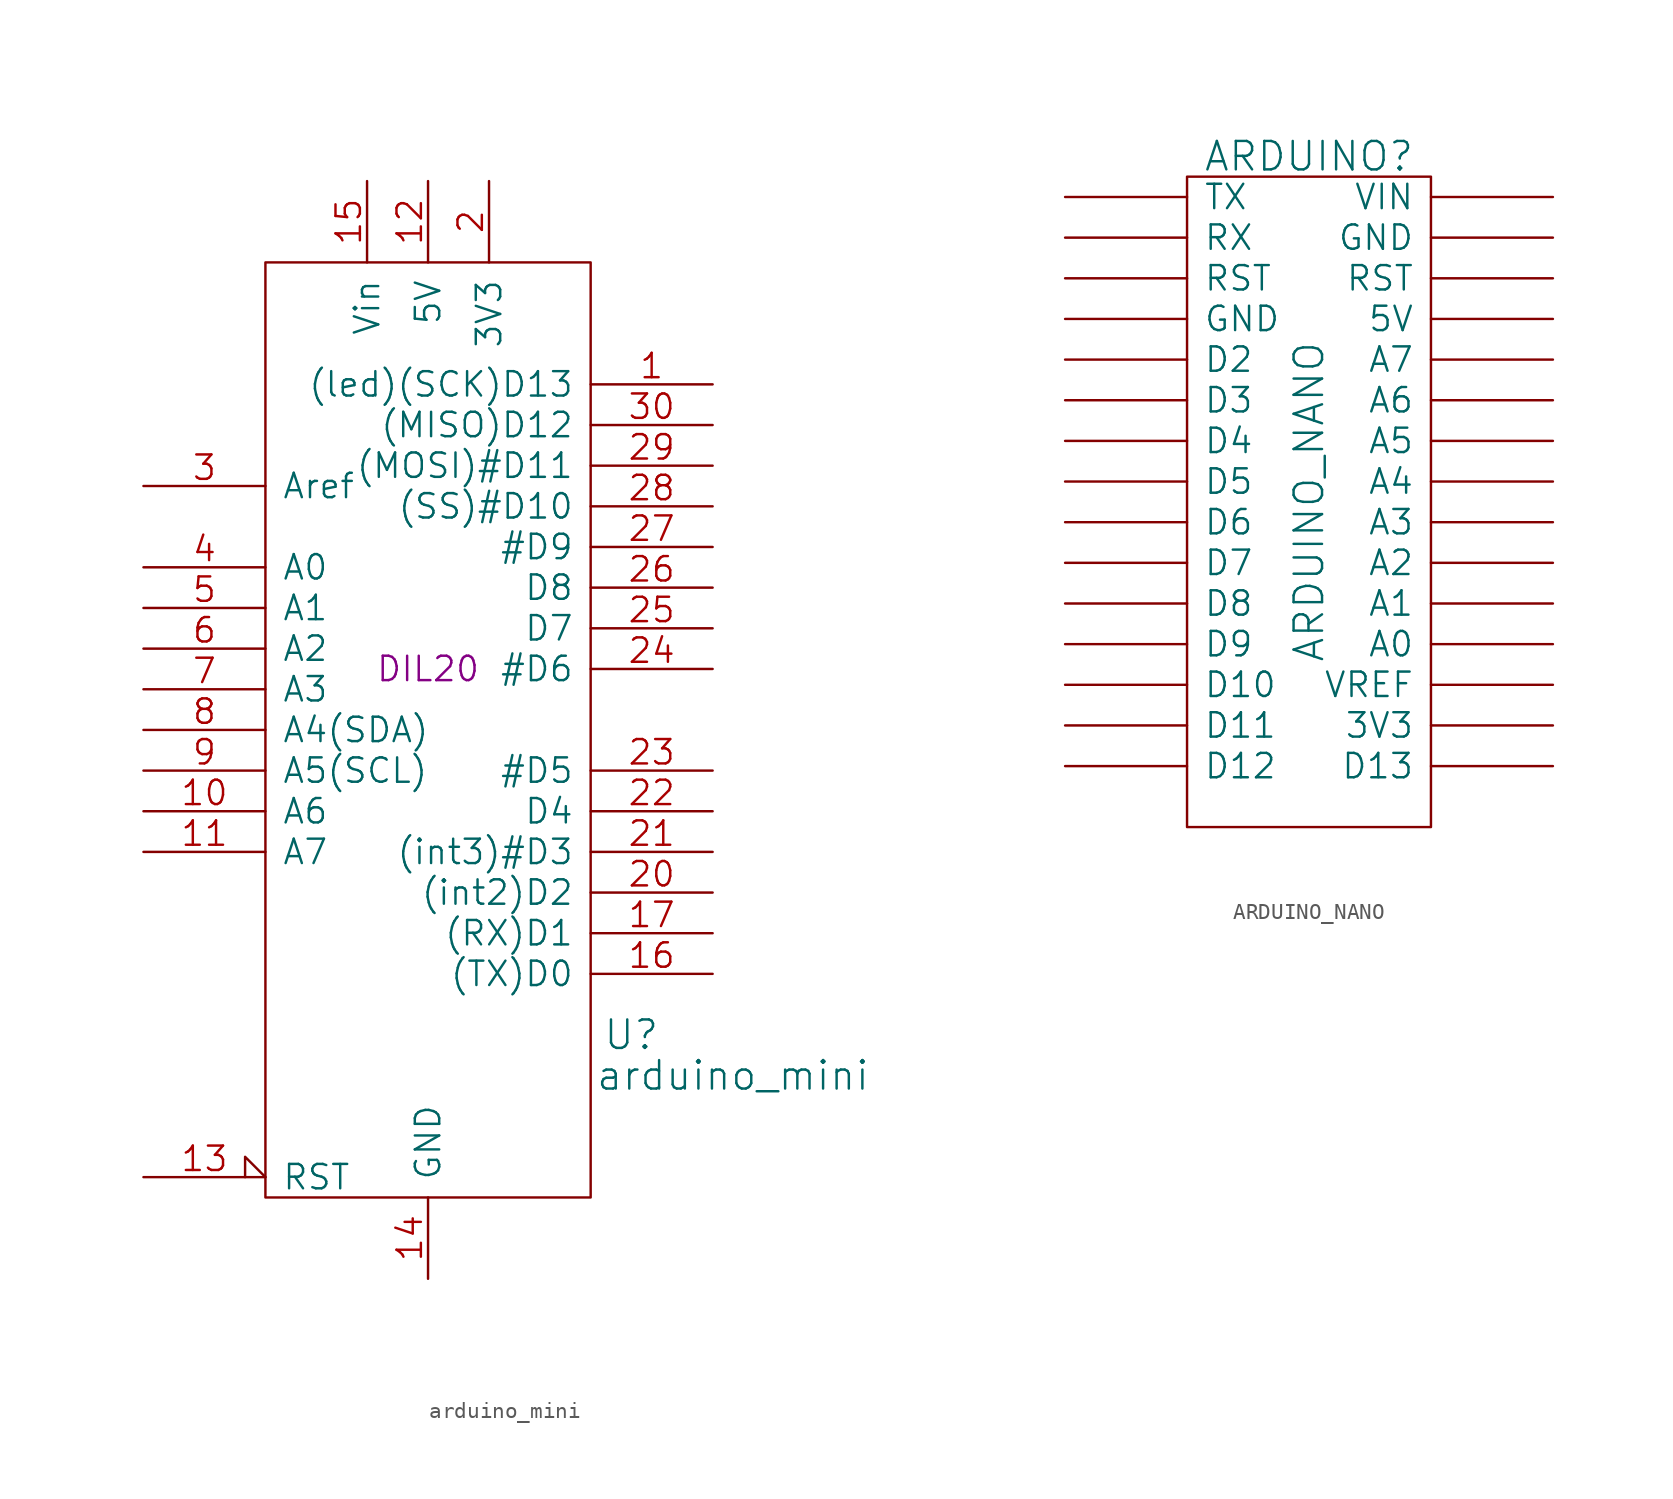
<source format=kicad_sym>
(kicad_symbol_lib
  (version 20211014)
  (generator kicad_symbol_editor)
  (symbol "arduino_mini"
    (pin_names
      (offset 1.016))
    (property "Reference" "U"
      (at 12.7 -24.13 0)
      (effects (font (size 1.778 1.778))))
    (property "Value" "arduino_mini"
      (at 19.05 -26.67 0)
      (effects (font (size 1.778 1.778))))
    (property "Footprint" "DIL20"
      (at 0 -1.27 0)
      (effects (font (size 1.524 1.524))))
    (symbol "arduino_mini_0_0"
      (pin power_in line (at 0 -39.37 90) (length 5.08) (name "GND" (effects (font (size 1.524 1.524)))) (number "14" (effects (font (size 1.524 1.524)))))
      (pin power_in line (at -3.81 29.21 270) (length 5.08) (name "Vin" (effects (font (size 1.524 1.524)))) (number "15" (effects (font (size 1.524 1.524))))))
    (symbol "arduino_mini_0_1"
      (rectangle (start -10.16 24.13) (end 10.16 -34.29) (stroke (width 0) (type default) (color 0 0 0 0)) (fill (type none))))
    (symbol "arduino_mini_1_1"
      (pin input line (at 17.78 16.51 180) (length 7.62) (name "(led)(SCK)D13" (effects (font (size 1.524 1.524)))) (number "1" (effects (font (size 1.524 1.524)))))
      (pin bidirectional line (at -17.78 -10.16 0) (length 7.62) (name "A6" (effects (font (size 1.524 1.524)))) (number "10" (effects (font (size 1.524 1.524)))))
      (pin bidirectional line (at -17.78 -12.7 0) (length 7.62) (name "A7" (effects (font (size 1.524 1.524)))) (number "11" (effects (font (size 1.524 1.524)))))
      (pin power_out line (at 0 29.21 270) (length 5.08) (name "5V" (effects (font (size 1.524 1.524)))) (number "12" (effects (font (size 1.524 1.524)))))
      (pin input input_low (at -17.78 -33.02 0) (length 7.62) (name "RST" (effects (font (size 1.524 1.524)))) (number "13" (effects (font (size 1.524 1.524)))))
      (pin bidirectional line (at 17.78 -20.32 180) (length 7.62) (name "(TX)D0" (effects (font (size 1.524 1.524)))) (number "16" (effects (font (size 1.524 1.524)))))
      (pin bidirectional line (at 17.78 -17.78 180) (length 7.62) (name "(RX)D1" (effects (font (size 1.524 1.524)))) (number "17" (effects (font (size 1.524 1.524)))))
      (pin input input_low (at -17.78 -30.48 0) (length 7.62) hide (name "RST" (effects (font (size 1.524 1.524)))) (number "18" (effects (font (size 1.524 1.524)))))
      (pin power_in line (at 2.54 -39.37 90) (length 5.08) hide (name "GND" (effects (font (size 1.524 1.524)))) (number "19" (effects (font (size 1.524 1.524)))))
      (pin power_out line (at 3.81 29.21 270) (length 5.08) (name "3V3" (effects (font (size 1.524 1.524)))) (number "2" (effects (font (size 1.524 1.524)))))
      (pin bidirectional line (at 17.78 -15.24 180) (length 7.62) (name "(int2)D2" (effects (font (size 1.524 1.524)))) (number "20" (effects (font (size 1.524 1.524)))))
      (pin bidirectional line (at 17.78 -12.7 180) (length 7.62) (name "(int3)#D3" (effects (font (size 1.524 1.524)))) (number "21" (effects (font (size 1.524 1.524)))))
      (pin bidirectional line (at 17.78 -10.16 180) (length 7.62) (name "D4" (effects (font (size 1.524 1.524)))) (number "22" (effects (font (size 1.524 1.524)))))
      (pin bidirectional line (at 17.78 -7.62 180) (length 7.62) (name "#D5" (effects (font (size 1.524 1.524)))) (number "23" (effects (font (size 1.524 1.524)))))
      (pin bidirectional line (at 17.78 -1.27 180) (length 7.62) (name "#D6" (effects (font (size 1.524 1.524)))) (number "24" (effects (font (size 1.524 1.524)))))
      (pin bidirectional line (at 17.78 1.27 180) (length 7.62) (name "D7" (effects (font (size 1.524 1.524)))) (number "25" (effects (font (size 1.524 1.524)))))
      (pin bidirectional line (at 17.78 3.81 180) (length 7.62) (name "D8" (effects (font (size 1.524 1.524)))) (number "26" (effects (font (size 1.524 1.524)))))
      (pin bidirectional line (at 17.78 6.35 180) (length 7.62) (name "#D9" (effects (font (size 1.524 1.524)))) (number "27" (effects (font (size 1.524 1.524)))))
      (pin bidirectional line (at 17.78 8.89 180) (length 7.62) (name "(SS)#D10" (effects (font (size 1.524 1.524)))) (number "28" (effects (font (size 1.524 1.524)))))
      (pin bidirectional line (at 17.78 11.43 180) (length 7.62) (name "(MOSI)#D11" (effects (font (size 1.524 1.524)))) (number "29" (effects (font (size 1.524 1.524)))))
      (pin input line (at -17.78 10.16 0) (length 7.62) (name "Aref" (effects (font (size 1.524 1.524)))) (number "3" (effects (font (size 1.524 1.524)))))
      (pin bidirectional line (at 17.78 13.97 180) (length 7.62) (name "(MISO)D12" (effects (font (size 1.524 1.524)))) (number "30" (effects (font (size 1.524 1.524)))))
      (pin bidirectional line (at -17.78 5.08 0) (length 7.62) (name "A0" (effects (font (size 1.524 1.524)))) (number "4" (effects (font (size 1.524 1.524)))))
      (pin bidirectional line (at -17.78 2.54 0) (length 7.62) (name "A1" (effects (font (size 1.524 1.524)))) (number "5" (effects (font (size 1.524 1.524)))))
      (pin bidirectional line (at -17.78 0 0) (length 7.62) (name "A2" (effects (font (size 1.524 1.524)))) (number "6" (effects (font (size 1.524 1.524)))))
      (pin bidirectional line (at -17.78 -2.54 0) (length 7.62) (name "A3" (effects (font (size 1.524 1.524)))) (number "7" (effects (font (size 1.524 1.524)))))
      (pin bidirectional line (at -17.78 -5.08 0) (length 7.62) (name "A4(SDA)" (effects (font (size 1.524 1.524)))) (number "8" (effects (font (size 1.524 1.524)))))
      (pin bidirectional line (at -17.78 -7.62 0) (length 7.62) (name "A5(SCL)" (effects (font (size 1.524 1.524)))) (number "9" (effects (font (size 1.524 1.524)))))))
  (symbol "ARDUINO_NANO"
    (pin_numbers hide)
    (pin_names
      (offset 1.016))
    (property "Reference" "ARDUINO"
      (at 0 21.59 0)
      (effects (font (size 1.778 1.778))))
    (property "Value" "ARDUINO_NANO"
      (at 0 0 90)
      (effects (font (size 1.778 1.778))))
    (property "Footprint" ""
      (at 0 0 0)
      (effects (font (size 1.524 1.524))))
    (property "Datasheet" ""
      (at 0 0 0)
      (effects (font (size 1.524 1.524))))
    (symbol "ARDUINO_NANO_0_1"
      (rectangle (start -7.62 20.32) (end 7.62 -20.32) (stroke (width 0) (type default) (color 0 0 0 0)) (fill (type none)))
      (pin output line (at -15.24 19.05 0) (length 7.62) (name "TX" (effects (font (size 1.524 1.524)))) (number "1" (effects (font (size 1.524 1.524)))))
      (pin bidirectional line (at -15.24 -3.81 0) (length 7.62) (name "D7" (effects (font (size 1.524 1.524)))) (number "10" (effects (font (size 1.524 1.524)))))
      (pin bidirectional line (at -15.24 -6.35 0) (length 7.62) (name "D8" (effects (font (size 1.524 1.524)))) (number "11" (effects (font (size 1.524 1.524)))))
      (pin bidirectional line (at -15.24 -8.89 0) (length 7.62) (name "D9" (effects (font (size 1.524 1.524)))) (number "12" (effects (font (size 1.524 1.524)))))
      (pin bidirectional line (at -15.24 -11.43 0) (length 7.62) (name "D10" (effects (font (size 1.524 1.524)))) (number "13" (effects (font (size 1.524 1.524)))))
      (pin bidirectional line (at -15.24 -13.97 0) (length 7.62) (name "D11" (effects (font (size 1.524 1.524)))) (number "14" (effects (font (size 1.524 1.524)))))
      (pin bidirectional line (at -15.24 -16.51 0) (length 7.62) (name "D12" (effects (font (size 1.524 1.524)))) (number "15" (effects (font (size 1.524 1.524)))))
      (pin bidirectional line (at 15.24 -16.51 180) (length 7.62) (name "D13" (effects (font (size 1.524 1.524)))) (number "16" (effects (font (size 1.524 1.524)))))
      (pin power_out line (at 15.24 -13.97 180) (length 7.62) (name "3V3" (effects (font (size 1.524 1.524)))) (number "17" (effects (font (size 1.524 1.524)))))
      (pin output line (at 15.24 -11.43 180) (length 7.62) (name "VREF" (effects (font (size 1.524 1.524)))) (number "18" (effects (font (size 1.524 1.524)))))
      (pin input line (at 15.24 -8.89 180) (length 7.62) (name "A0" (effects (font (size 1.524 1.524)))) (number "19" (effects (font (size 1.524 1.524)))))
      (pin input line (at -15.24 16.51 0) (length 7.62) (name "RX" (effects (font (size 1.524 1.524)))) (number "2" (effects (font (size 1.524 1.524)))))
      (pin input line (at 15.24 -6.35 180) (length 7.62) (name "A1" (effects (font (size 1.524 1.524)))) (number "20" (effects (font (size 1.524 1.524)))))
      (pin input line (at 15.24 -3.81 180) (length 7.62) (name "A2" (effects (font (size 1.524 1.524)))) (number "21" (effects (font (size 1.524 1.524)))))
      (pin input line (at 15.24 -1.27 180) (length 7.62) (name "A3" (effects (font (size 1.524 1.524)))) (number "22" (effects (font (size 1.524 1.524)))))
      (pin input line (at 15.24 1.27 180) (length 7.62) (name "A4" (effects (font (size 1.524 1.524)))) (number "23" (effects (font (size 1.524 1.524)))))
      (pin input line (at 15.24 3.81 180) (length 7.62) (name "A5" (effects (font (size 1.524 1.524)))) (number "24" (effects (font (size 1.524 1.524)))))
      (pin input line (at 15.24 6.35 180) (length 7.62) (name "A6" (effects (font (size 1.524 1.524)))) (number "25" (effects (font (size 1.524 1.524)))))
      (pin input line (at 15.24 8.89 180) (length 7.62) (name "A7" (effects (font (size 1.524 1.524)))) (number "26" (effects (font (size 1.524 1.524)))))
      (pin power_out line (at 15.24 11.43 180) (length 7.62) (name "5V" (effects (font (size 1.524 1.524)))) (number "27" (effects (font (size 1.524 1.524)))))
      (pin input line (at 15.24 13.97 180) (length 7.62) (name "RST" (effects (font (size 1.524 1.524)))) (number "28" (effects (font (size 1.524 1.524)))))
      (pin power_out line (at 15.24 16.51 180) (length 7.62) (name "GND" (effects (font (size 1.524 1.524)))) (number "29" (effects (font (size 1.524 1.524)))))
      (pin input line (at -15.24 13.97 0) (length 7.62) (name "RST" (effects (font (size 1.524 1.524)))) (number "3" (effects (font (size 1.524 1.524)))))
      (pin power_in line (at 15.24 19.05 180) (length 7.62) (name "VIN" (effects (font (size 1.524 1.524)))) (number "30" (effects (font (size 1.524 1.524)))))
      (pin power_out line (at -15.24 11.43 0) (length 7.62) (name "GND" (effects (font (size 1.524 1.524)))) (number "4" (effects (font (size 1.524 1.524)))))
      (pin bidirectional line (at -15.24 8.89 0) (length 7.62) (name "D2" (effects (font (size 1.524 1.524)))) (number "5" (effects (font (size 1.524 1.524)))))
      (pin bidirectional line (at -15.24 6.35 0) (length 7.62) (name "D3" (effects (font (size 1.524 1.524)))) (number "6" (effects (font (size 1.524 1.524)))))
      (pin bidirectional line (at -15.24 3.81 0) (length 7.62) (name "D4" (effects (font (size 1.524 1.524)))) (number "7" (effects (font (size 1.524 1.524)))))
      (pin bidirectional line (at -15.24 1.27 0) (length 7.62) (name "D5" (effects (font (size 1.524 1.524)))) (number "8" (effects (font (size 1.524 1.524)))))
      (pin bidirectional line (at -15.24 -1.27 0) (length 7.62) (name "D6" (effects (font (size 1.524 1.524)))) (number "9" (effects (font (size 1.524 1.524))))))))
</source>
